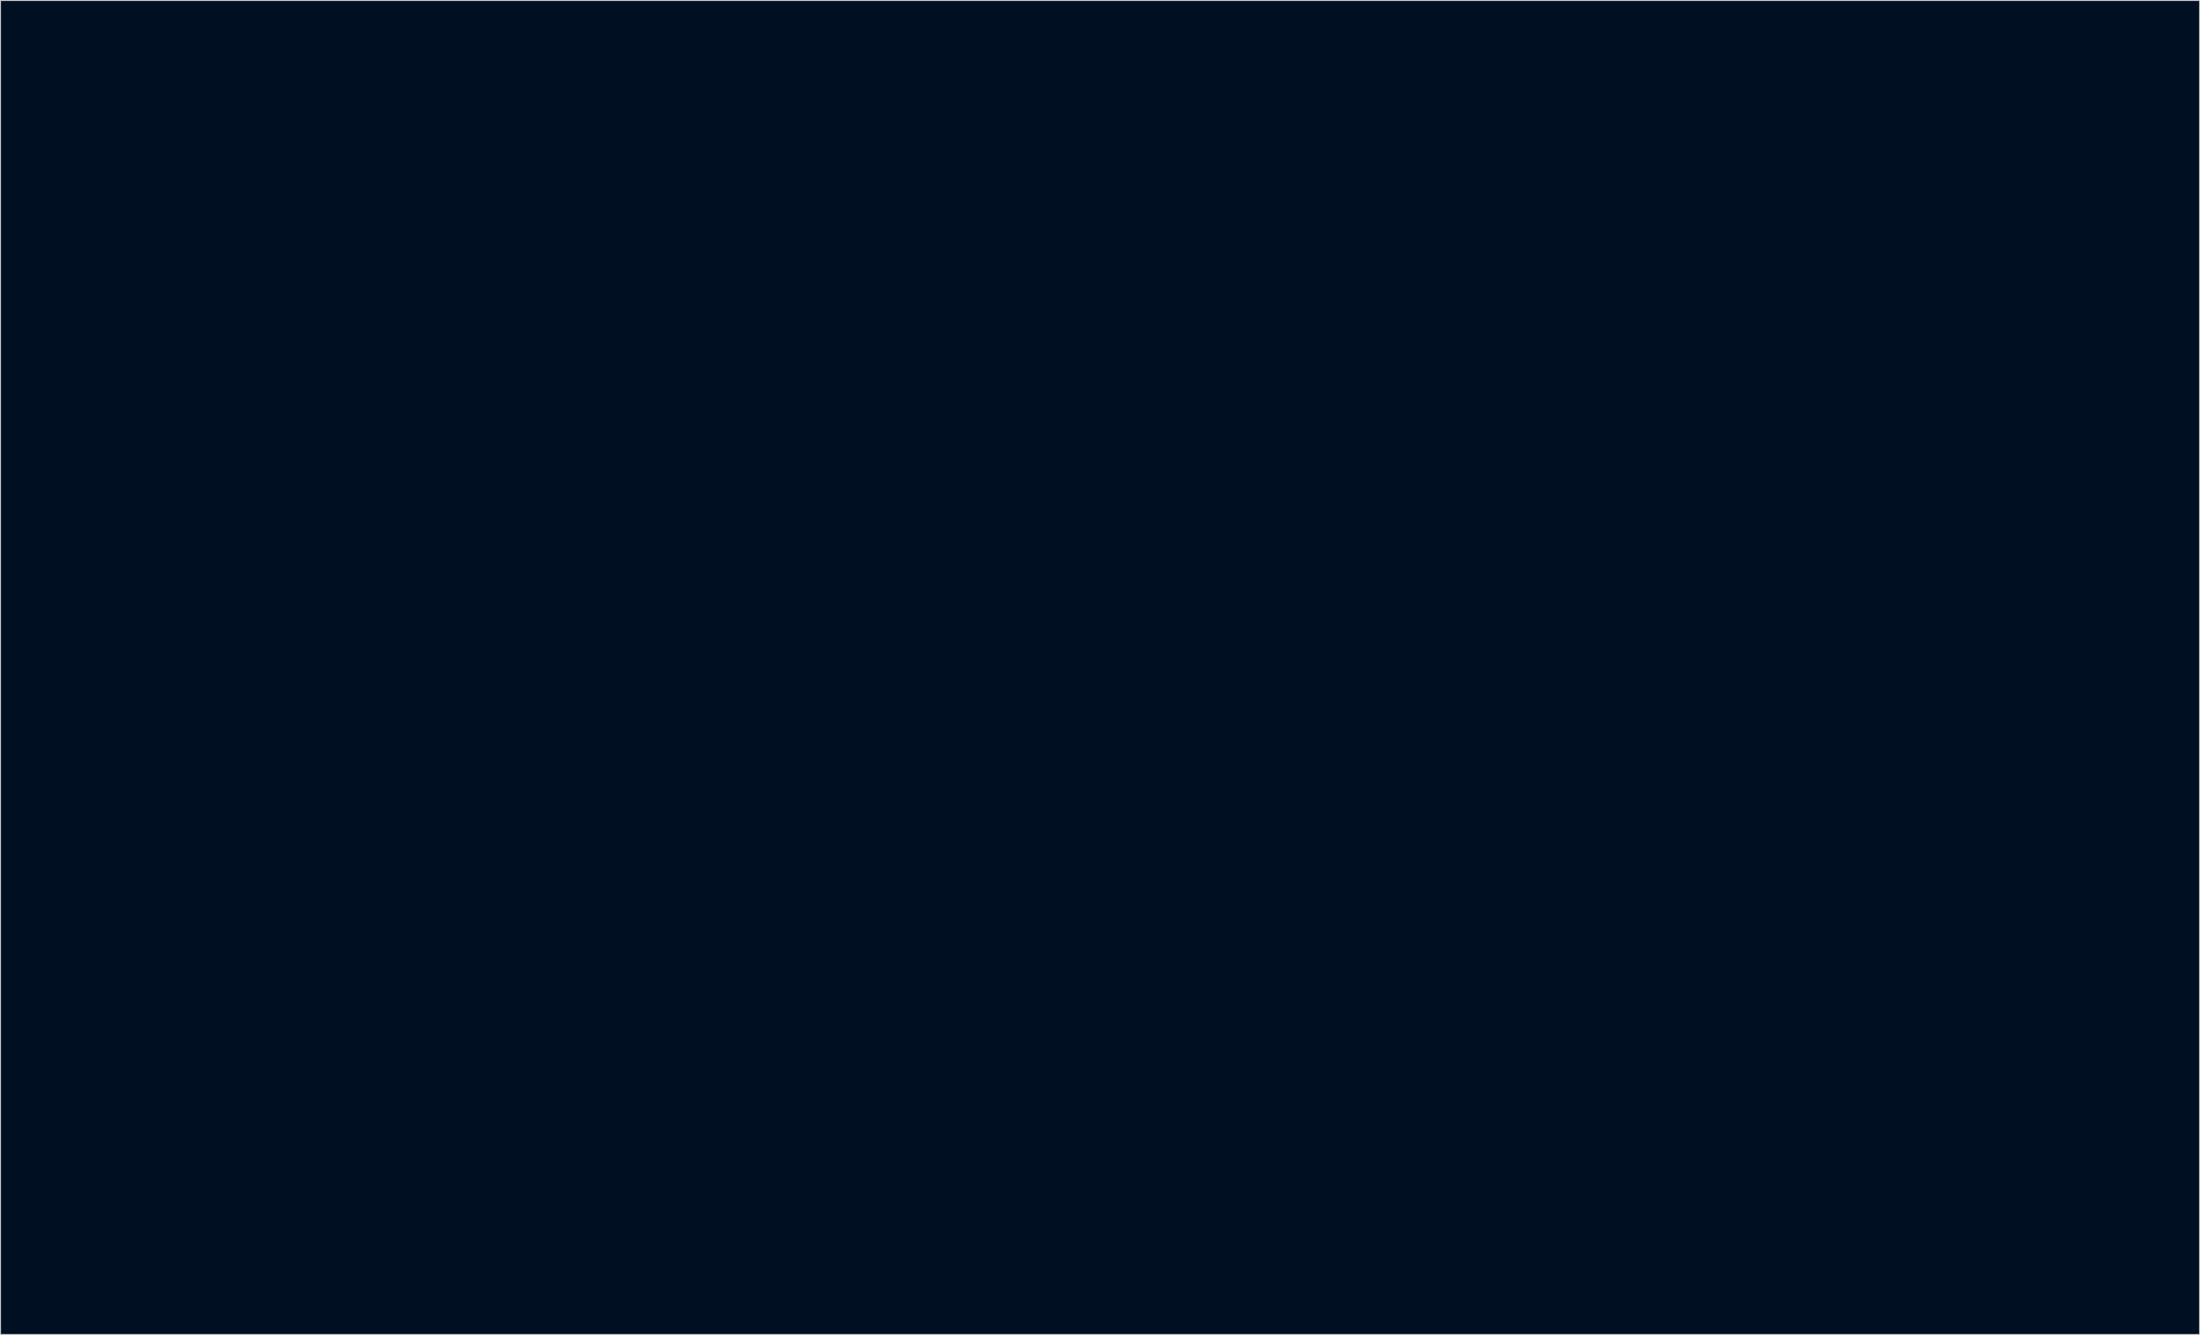
<source format=kicad_pcb>
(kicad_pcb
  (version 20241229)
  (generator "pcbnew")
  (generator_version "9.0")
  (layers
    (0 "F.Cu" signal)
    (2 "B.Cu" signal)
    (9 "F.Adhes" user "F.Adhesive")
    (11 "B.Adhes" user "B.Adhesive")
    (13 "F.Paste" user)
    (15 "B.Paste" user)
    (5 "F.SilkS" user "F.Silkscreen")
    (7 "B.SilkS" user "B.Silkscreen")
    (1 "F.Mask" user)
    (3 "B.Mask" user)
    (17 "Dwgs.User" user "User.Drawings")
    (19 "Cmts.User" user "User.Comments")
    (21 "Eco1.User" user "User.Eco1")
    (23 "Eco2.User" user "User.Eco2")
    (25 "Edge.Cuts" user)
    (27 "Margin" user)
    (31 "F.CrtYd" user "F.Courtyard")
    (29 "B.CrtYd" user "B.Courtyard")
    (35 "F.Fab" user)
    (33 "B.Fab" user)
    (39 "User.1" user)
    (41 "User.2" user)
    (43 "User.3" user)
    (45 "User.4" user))
  (footprint "SDVX-Pico-PCB_Bloc3D"
    (layer "F.Cu")
    (at 110.581 65.928)
    (property "Reference" "SDVX-Pico-PCB_Bloc3D" (at 0 0 0) (layer "Eco1.User") (effects (font (size 1.524 1.524) (thickness 0.3))))
    (attr board_only exclude_from_pos_files exclude_from_bom)
    (fp_poly (pts (xy -12.874 -44.401) (xy -12.874 -37.133) (xy -8.795 -33.055) (xy -4.717 -28.976) (xy -4.717 -16.527) (xy -10.457 -10.786) (xy -49.428 -10.786) (xy -52.472 -13.831) (xy -55.516 -16.875) (xy -55.526 -21.495) (xy -55.527 -22.19) (xy -55.529 -22.811) (xy -55.53 -23.364) (xy -55.532 -23.852) (xy -55.534 -24.28) (xy -55.536 -24.653) (xy -55.538 -24.974) (xy -55.541 -25.249) (xy -55.544 -25.48) (xy -55.548 -25.673) (xy -55.552 -25.833) (xy -55.558 -25.962) (xy -55.564 -26.066) (xy -55.57 -26.149) (xy -55.578 -26.215) (xy -55.587 -26.269) (xy -55.597 -26.314) (xy -55.609 -26.356) (xy -55.617 -26.386) (xy -55.81 -26.909) (xy -56.056 -27.377) (xy -56.355 -27.789) (xy -56.709 -28.146) (xy -57.116 -28.447) (xy -57.577 -28.692) (xy -58.091 -28.882) (xy -58.126 -28.892) (xy -58.195 -28.911) (xy -58.267 -28.926) (xy -58.351 -28.939) (xy -58.452 -28.95) (xy -58.58 -28.959) (xy -58.742 -28.967) (xy -58.945 -28.973) (xy -59.198 -28.979) (xy -59.507 -28.984) (xy -59.881 -28.989) (xy -60.175 -28.993) (xy -61.954 -29.015) (xy -62.147 -29.11) (xy -62.39 -29.27) (xy -62.601 -29.484) (xy -62.747 -29.711) (xy -62.843 -29.904) (xy -62.853 -36.282) (xy -62.863 -42.661) (xy -62.824 -42.661) (xy -62.814 -36.302) (xy -62.804 -29.943) (xy -62.708 -29.749) (xy -62.549 -29.506) (xy -62.335 -29.295) (xy -62.108 -29.149) (xy -61.915 -29.053) (xy -60.137 -29.031) (xy -59.715 -29.026) (xy -59.362 -29.021) (xy -59.072 -29.015) (xy -58.836 -29.01) (xy -58.647 -29.003) (xy -58.497 -28.995) (xy -58.378 -28.986) (xy -58.284 -28.974) (xy -58.205 -28.96) (xy -58.134 -28.944) (xy -58.088 -28.931) (xy -57.571 -28.745) (xy -57.106 -28.501) (xy -56.693 -28.201) (xy -56.332 -27.844) (xy -56.039 -27.453) (xy -55.859 -27.143) (xy -55.709 -26.808) (xy -55.579 -26.425) (xy -55.567 -26.383) (xy -55.556 -26.34) (xy -55.546 -26.293) (xy -55.537 -26.236) (xy -55.53 -26.166) (xy -55.523 -26.077) (xy -55.517 -25.966) (xy -55.512 -25.829) (xy -55.508 -25.661) (xy -55.505 -25.457) (xy -55.501 -25.214) (xy -55.499 -24.927) (xy -55.497 -24.592) (xy -55.495 -24.204) (xy -55.493 -23.76) (xy -55.491 -23.254) (xy -55.49 -22.683) (xy -55.488 -22.042) (xy -55.487 -21.515) (xy -55.477 -16.875) (xy -49.428 -10.825) (xy -47.011 -10.825) (xy -46.973 -10.825) (xy -43.223 -10.825) (xy -43.223 -12.217) (xy -46.973 -12.217) (xy -46.973 -10.825) (xy -47.011 -10.825) (xy -47.011 -12.255) (xy -43.184 -12.255) (xy -43.184 -10.825) (xy -15.348 -10.825) (xy -15.31 -10.825) (xy -11.56 -10.825) (xy -11.56 -12.217) (xy -15.31 -12.217) (xy -15.31 -10.825) (xy -15.348 -10.825) (xy -15.348 -12.255) (xy -11.521 -12.255) (xy -11.521 -10.825) (xy -10.458 -10.825) (xy -7.607 -13.676) (xy -4.755 -16.527) (xy -4.755 -28.976) (xy -8.834 -33.055) (xy -12.913 -37.133) (xy -12.913 -44.401) (xy -15.831 -47.321) (xy -58.165 -47.321) (xy -60.495 -44.991) (xy -62.824 -42.661) (xy -62.863 -42.661) (xy -62.863 -42.661) (xy -60.514 -45.01) (xy -58.165 -47.359) (xy -15.831 -47.359)) (stroke (width 0.1) (type solid)) (fill no) (layer "Eco1.User"))
    (fp_poly (pts (xy 60.514 -45.01) (xy 62.863 -42.661) (xy 62.853 -36.282) (xy 62.843 -29.904) (xy 62.747 -29.711) (xy 62.588 -29.467) (xy 62.374 -29.257) (xy 62.147 -29.11) (xy 61.954 -29.015) (xy 60.175 -28.993) (xy 59.753 -28.987) (xy 59.401 -28.982) (xy 59.111 -28.977) (xy 58.875 -28.971) (xy 58.686 -28.964) (xy 58.536 -28.957) (xy 58.417 -28.947) (xy 58.322 -28.936) (xy 58.243 -28.922) (xy 58.173 -28.905) (xy 58.126 -28.892) (xy 57.61 -28.706) (xy 57.145 -28.462) (xy 56.731 -28.162) (xy 56.371 -27.805) (xy 56.077 -27.415) (xy 55.897 -27.104) (xy 55.748 -26.77) (xy 55.617 -26.386) (xy 55.605 -26.344) (xy 55.594 -26.302) (xy 55.585 -26.254) (xy 55.576 -26.197) (xy 55.568 -26.126) (xy 55.562 -26.038) (xy 55.556 -25.927) (xy 55.551 -25.789) (xy 55.547 -25.62) (xy 55.543 -25.416) (xy 55.54 -25.173) (xy 55.537 -24.885) (xy 55.535 -24.549) (xy 55.533 -24.161) (xy 55.532 -23.715) (xy 55.53 -23.208) (xy 55.529 -22.636) (xy 55.527 -21.994) (xy 55.526 -21.495) (xy 55.516 -16.875) (xy 52.472 -13.831) (xy 49.428 -10.786) (xy 29.923 -10.793) (xy 10.419 -10.799) (xy 7.568 -13.663) (xy 4.717 -16.528) (xy 4.755 -16.528) (xy 10.457 -10.825) (xy 11.521 -10.825) (xy 11.56 -10.825) (xy 15.31 -10.825) (xy 15.31 -12.217) (xy 11.56 -12.217) (xy 11.56 -10.825) (xy 11.521 -10.825) (xy 11.521 -12.255) (xy 15.348 -12.255) (xy 15.348 -10.825) (xy 43.184 -10.825) (xy 43.223 -10.825) (xy 46.973 -10.825) (xy 46.973 -12.217) (xy 43.223 -12.217) (xy 43.223 -10.825) (xy 43.184 -10.825) (xy 43.184 -12.255) (xy 47.011 -12.255) (xy 47.011 -10.825) (xy 49.428 -10.825) (xy 52.452 -13.85) (xy 55.477 -16.875) (xy 55.487 -21.515) (xy 55.489 -22.211) (xy 55.49 -22.833) (xy 55.492 -23.388) (xy 55.493 -23.877) (xy 55.495 -24.307) (xy 55.497 -24.681) (xy 55.499 -25.004) (xy 55.502 -25.279) (xy 55.505 -25.512) (xy 55.509 -25.706) (xy 55.514 -25.866) (xy 55.519 -25.997) (xy 55.525 -26.101) (xy 55.532 -26.185) (xy 55.539 -26.251) (xy 55.548 -26.306) (xy 55.558 -26.351) (xy 55.569 -26.393) (xy 55.579 -26.425) (xy 55.771 -26.948) (xy 56.017 -27.416) (xy 56.317 -27.828) (xy 56.67 -28.184) (xy 57.077 -28.485) (xy 57.538 -28.731) (xy 58.053 -28.92) (xy 58.088 -28.931) (xy 58.156 -28.949) (xy 58.229 -28.965) (xy 58.312 -28.978) (xy 58.414 -28.989) (xy 58.541 -28.998) (xy 58.703 -29.005) (xy 58.907 -29.012) (xy 59.159 -29.017) (xy 59.468 -29.022) (xy 59.842 -29.028) (xy 60.137 -29.031) (xy 61.915 -29.053) (xy 62.108 -29.149) (xy 62.352 -29.309) (xy 62.562 -29.522) (xy 62.708 -29.749) (xy 62.804 -29.943) (xy 62.814 -36.302) (xy 62.824 -42.661) (xy 60.495 -44.991) (xy 58.165 -47.321) (xy 15.832 -47.321) (xy 14.372 -45.861) (xy 12.913 -44.402) (xy 12.913 -37.133) (xy 8.834 -33.055) (xy 4.755 -28.976) (xy 4.755 -16.528) (xy 4.717 -16.528) (xy 4.717 -16.528) (xy 4.717 -28.976) (xy 8.795 -33.055) (xy 12.874 -37.133) (xy 12.874 -44.402) (xy 14.353 -45.881) (xy 15.832 -47.359) (xy 58.165 -47.359)) (stroke (width 0.1) (type solid)) (fill no) (layer "Eco1.User"))
    (fp_poly (pts (xy 105.404 -65.757) (xy 106.091 -65.547) (xy 106.725 -65.285) (xy 107.315 -64.966) (xy 107.87 -64.586) (xy 108.397 -64.139) (xy 108.598 -63.945) (xy 108.999 -63.515) (xy 109.346 -63.078) (xy 109.647 -62.619) (xy 109.91 -62.127) (xy 110.141 -61.588) (xy 110.349 -60.989) (xy 110.394 -60.843) (xy 110.531 -60.389) (xy 110.531 60.389) (xy 110.394 60.843) (xy 110.19 61.457) (xy 109.965 62.009) (xy 109.71 62.511) (xy 109.419 62.976) (xy 109.083 63.417) (xy 108.695 63.847) (xy 108.598 63.945) (xy 108.079 64.419) (xy 107.536 64.825) (xy 106.961 65.168) (xy 106.345 65.451) (xy 105.68 65.68) (xy 105.404 65.757) (xy 104.937 65.878) (xy -104.983 65.872) (xy -105.447 65.747) (xy -106.123 65.535) (xy -106.744 65.276) (xy -107.32 64.964) (xy -107.861 64.594) (xy -108.376 64.159) (xy -108.598 63.945) (xy -108.999 63.515) (xy -109.346 63.078) (xy -109.647 62.619) (xy -109.91 62.127) (xy -110.141 61.588) (xy -110.349 60.989) (xy -110.394 60.843) (xy -110.531 60.389) (xy -110.531 60.098) (xy -110.414 60.098) (xy -110.321 60.506) (xy -110.236 60.854) (xy -110.142 61.165) (xy -110.031 61.466) (xy -109.893 61.783) (xy -109.755 62.07) (xy -109.528 62.495) (xy -109.292 62.873) (xy -109.03 63.225) (xy -108.727 63.575) (xy -108.482 63.829) (xy -108.122 64.171) (xy -107.774 64.46) (xy -107.416 64.712) (xy -107.026 64.943) (xy -106.723 65.102) (xy -106.368 65.271) (xy -106.049 65.405) (xy -105.74 65.515) (xy -105.415 65.608) (xy -105.176 65.667) (xy -104.789 65.756) (xy -0.019 65.759) (xy 104.751 65.761) (xy 105.159 65.668) (xy 105.507 65.583) (xy 105.818 65.489) (xy 106.119 65.378) (xy 106.436 65.24) (xy 106.723 65.102) (xy 107.148 64.875) (xy 107.526 64.639) (xy 107.878 64.377) (xy 108.227 64.074) (xy 108.482 63.829) (xy 108.824 63.469) (xy 109.113 63.121) (xy 109.365 62.763) (xy 109.596 62.374) (xy 109.755 62.07) (xy 109.921 61.721) (xy 110.054 61.409) (xy 110.161 61.108) (xy 110.252 60.791) (xy 110.321 60.506) (xy 110.414 60.098) (xy 110.414 -60.098) (xy 110.321 -60.506) (xy 110.236 -60.854) (xy 110.142 -61.165) (xy 110.031 -61.466) (xy 109.893 -61.783) (xy 109.755 -62.07) (xy 109.528 -62.495) (xy 109.292 -62.873) (xy 109.03 -63.225) (xy 108.727 -63.575) (xy 108.482 -63.829) (xy 108.122 -64.171) (xy 107.774 -64.46) (xy 107.416 -64.712) (xy 107.026 -64.943) (xy 106.723 -65.102) (xy 106.374 -65.268) (xy 106.062 -65.401) (xy 105.761 -65.508) (xy 105.444 -65.599) (xy 105.159 -65.668) (xy 104.751 -65.761) (xy -104.751 -65.761) (xy -105.159 -65.668) (xy -105.507 -65.583) (xy -105.818 -65.489) (xy -106.119 -65.378) (xy -106.436 -65.24) (xy -106.723 -65.102) (xy -107.148 -64.875) (xy -107.526 -64.639) (xy -107.878 -64.377) (xy -108.227 -64.074) (xy -108.482 -63.829) (xy -108.824 -63.469) (xy -109.113 -63.121) (xy -109.365 -62.763) (xy -109.596 -62.374) (xy -109.755 -62.07) (xy -109.921 -61.721) (xy -110.054 -61.409) (xy -110.161 -61.108) (xy -110.252 -60.791) (xy -110.321 -60.506) (xy -110.414 -60.098) (xy -110.414 60.098) (xy -110.531 60.098) (xy -110.531 -60.389) (xy -110.394 -60.843) (xy -110.19 -61.457) (xy -109.965 -62.009) (xy -109.71 -62.511) (xy -109.419 -62.976) (xy -109.083 -63.417) (xy -108.695 -63.847) (xy -108.598 -63.945) (xy -108.079 -64.419) (xy -107.536 -64.825) (xy -106.961 -65.168) (xy -106.345 -65.451) (xy -105.68 -65.68) (xy -105.404 -65.757) (xy -104.937 -65.878) (xy 104.937 -65.878)) (stroke (width 0.1) (type solid)) (fill no) (layer "Eco1.User"))
    (fp_poly (pts (xy -71.319 -12.806) (xy -68.778 -10.264) (xy -68.767 15) (xy -68.756 40.265) (xy -68.674 40.594) (xy -68.487 41.19) (xy -68.237 41.744) (xy -67.928 42.252) (xy -67.562 42.711) (xy -67.141 43.118) (xy -66.669 43.47) (xy -66.148 43.764) (xy -65.734 43.942) (xy -65.376 44.059) (xy -65.002 44.141) (xy -64.591 44.194) (xy -64.244 44.216) (xy -63.674 44.239) (xy -63.674 44.228) (xy -63.635 44.228) (xy -59.847 44.228) (xy -59.847 43.686) (xy -63.635 43.686) (xy -63.635 44.228) (xy -63.674 44.228) (xy -63.674 43.648) (xy -59.808 43.648) (xy -59.808 44.228) (xy -58.732 44.228) (xy -58.414 44.228) (xy -58.162 44.229) (xy -57.966 44.232) (xy -57.815 44.238) (xy -57.698 44.247) (xy -57.605 44.259) (xy -57.524 44.277) (xy -57.446 44.3) (xy -57.382 44.321) (xy -57.001 44.484) (xy -56.676 44.697) (xy -56.403 44.964) (xy -56.176 45.29) (xy -56.025 45.593) (xy -55.924 45.832) (xy -55.911 48.848) (xy -55.909 49.469) (xy -55.908 50.017) (xy -55.908 50.493) (xy -55.909 50.902) (xy -55.912 51.245) (xy -55.916 51.527) (xy -55.921 51.751) (xy -55.928 51.919) (xy -55.935 52.034) (xy -55.943 52.094) (xy -56.045 52.424) (xy -56.212 52.73) (xy -56.435 53.001) (xy -56.703 53.228) (xy -57.006 53.398) (xy -57.326 53.502) (xy -57.373 53.507) (xy -57.469 53.511) (xy -57.617 53.515) (xy -57.818 53.518) (xy -58.073 53.522) (xy -58.383 53.525) (xy -58.751 53.528) (xy -59.178 53.531) (xy -59.664 53.533) (xy -60.212 53.535) (xy -60.823 53.537) (xy -61.498 53.539) (xy -62.239 53.54) (xy -63.048 53.542) (xy -63.925 53.543) (xy -64.872 53.543) (xy -65.891 53.544) (xy -66.983 53.545) (xy -68.15 53.545) (xy -69.291 53.545) (xy -81.052 53.545) (xy -88.079 46.518) (xy -95.105 39.492) (xy -95.066 39.492) (xy -81.052 53.506) (xy -69.311 53.506) (xy -68.075 53.506) (xy -66.916 53.506) (xy -65.83 53.505) (xy -64.818 53.505) (xy -63.877 53.504) (xy -63.007 53.503) (xy -62.205 53.501) (xy -61.47 53.5) (xy -60.801 53.498) (xy -60.196 53.496) (xy -59.654 53.494) (xy -59.173 53.492) (xy -58.752 53.489) (xy -58.39 53.486) (xy -58.085 53.483) (xy -57.835 53.479) (xy -57.639 53.476) (xy -57.496 53.472) (xy -57.405 53.467) (xy -57.365 53.463) (xy -57.037 53.357) (xy -56.735 53.184) (xy -56.468 52.957) (xy -56.246 52.685) (xy -56.08 52.378) (xy -55.982 52.055) (xy -55.973 51.98) (xy -55.965 51.856) (xy -55.959 51.679) (xy -55.954 51.445) (xy -55.95 51.153) (xy -55.948 50.798) (xy -55.947 50.377) (xy -55.947 49.888) (xy -55.948 49.328) (xy -55.95 48.848) (xy -55.962 45.871) (xy -56.064 45.632) (xy -56.258 45.256) (xy -56.494 44.942) (xy -56.778 44.687) (xy -57.114 44.485) (xy -57.42 44.36) (xy -57.505 44.332) (xy -57.584 44.31) (xy -57.668 44.294) (xy -57.767 44.282) (xy -57.893 44.274) (xy -58.056 44.27) (xy -58.268 44.267) (xy -58.539 44.266) (xy -58.752 44.266) (xy -59.808 44.266) (xy -59.808 45.078) (xy -63.674 45.078) (xy -63.674 45.04) (xy -63.635 45.04) (xy -59.847 45.04) (xy -59.847 44.266) (xy -63.635 44.266) (xy -63.635 45.04) (xy -63.674 45.04) (xy -63.674 44.277) (xy -64.264 44.254) (xy -64.729 44.222) (xy -65.142 44.161) (xy -65.526 44.065) (xy -65.902 43.929) (xy -66.294 43.747) (xy -66.349 43.719) (xy -66.826 43.429) (xy -67.266 43.077) (xy -67.663 42.673) (xy -68.009 42.225) (xy -68.299 41.741) (xy -68.528 41.23) (xy -68.689 40.699) (xy -68.745 40.41) (xy -68.794 40.091) (xy -70.401 40.091) (xy -70.401 40.052) (xy -70.362 40.052) (xy -68.816 40.052) (xy -68.816 36.186) (xy -70.362 36.186) (xy -70.362 40.052) (xy -70.401 40.052) (xy -70.401 36.148) (xy -68.816 36.148) (xy -68.816 23.544) (xy -70.44 23.544) (xy -70.44 23.506) (xy -70.401 23.506) (xy -68.854 23.506) (xy -68.854 19.64) (xy -70.401 19.64) (xy -70.401 23.506) (xy -70.44 23.506) (xy -70.44 19.601) (xy -68.816 19.601) (xy -68.816 6.959) (xy -70.401 6.959) (xy -70.401 6.92) (xy -70.362 6.92) (xy -68.816 6.92) (xy -68.816 3.054) (xy -70.362 3.054) (xy -70.362 6.92) (xy -70.401 6.92) (xy -70.401 3.016) (xy -68.816 3.016) (xy -68.816 -10.264) (xy -71.338 -12.787) (xy -73.861 -15.31) (xy -90.33 -15.31) (xy -92.698 -12.942) (xy -95.066 -10.574) (xy -95.066 39.492) (xy -95.105 39.492) (xy -95.105 -10.574) (xy -90.33 -15.348) (xy -73.861 -15.348)) (stroke (width 0.1) (type solid)) (fill no) (layer "Eco1.User"))
    (fp_poly (pts (xy 95.105 -10.573) (xy 95.105 39.492) (xy 81.052 53.545) (xy 69.26 53.542) (xy 68.072 53.541) (xy 66.959 53.541) (xy 65.919 53.54) (xy 64.95 53.539) (xy 64.051 53.538) (xy 63.218 53.537) (xy 62.449 53.536) (xy 61.744 53.535) (xy 61.099 53.533) (xy 60.513 53.531) (xy 59.983 53.529) (xy 59.508 53.527) (xy 59.084 53.525) (xy 58.711 53.522) (xy 58.387 53.52) (xy 58.108 53.517) (xy 57.873 53.513) (xy 57.68 53.51) (xy 57.526 53.506) (xy 57.411 53.502) (xy 57.331 53.497) (xy 57.284 53.493) (xy 57.276 53.491) (xy 56.948 53.373) (xy 56.649 53.19) (xy 56.387 52.953) (xy 56.174 52.673) (xy 56.018 52.359) (xy 55.943 52.094) (xy 55.934 52.019) (xy 55.926 51.896) (xy 55.92 51.719) (xy 55.915 51.486) (xy 55.911 51.195) (xy 55.909 50.841) (xy 55.908 50.422) (xy 55.908 50.009) (xy 55.947 50.009) (xy 55.947 50.482) (xy 55.948 50.887) (xy 55.951 51.227) (xy 55.955 51.505) (xy 55.96 51.725) (xy 55.967 51.89) (xy 55.975 52.002) (xy 55.982 52.055) (xy 56.084 52.387) (xy 56.252 52.695) (xy 56.477 52.968) (xy 56.747 53.194) (xy 57.053 53.364) (xy 57.314 53.453) (xy 57.35 53.457) (xy 57.419 53.462) (xy 57.522 53.466) (xy 57.663 53.47) (xy 57.842 53.473) (xy 58.063 53.477) (xy 58.327 53.48) (xy 58.636 53.483) (xy 58.993 53.486) (xy 59.4 53.488) (xy 59.857 53.49) (xy 60.369 53.492) (xy 60.936 53.494) (xy 61.561 53.496) (xy 62.247 53.497) (xy 62.994 53.498) (xy 63.805 53.499) (xy 64.683 53.5) (xy 65.629 53.501) (xy 66.645 53.502) (xy 67.734 53.502) (xy 68.897 53.503) (xy 69.28 53.503) (xy 81.052 53.506) (xy 88.059 46.499) (xy 95.066 39.492) (xy 95.066 -10.574) (xy 92.698 -12.942) (xy 90.33 -15.31) (xy 73.861 -15.31) (xy 71.339 -12.787) (xy 68.816 -10.265) (xy 68.816 3.016) (xy 70.401 3.016) (xy 70.401 6.959) (xy 68.816 6.959) (xy 68.816 19.601) (xy 70.44 19.601) (xy 70.44 23.544) (xy 68.816 23.544) (xy 68.816 36.148) (xy 70.401 36.148) (xy 70.401 40.091) (xy 68.794 40.091) (xy 68.745 40.41) (xy 68.623 40.948) (xy 68.429 41.471) (xy 68.171 41.971) (xy 67.854 42.439) (xy 67.484 42.867) (xy 67.067 43.248) (xy 66.608 43.572) (xy 66.349 43.719) (xy 65.954 43.908) (xy 65.576 44.05) (xy 65.195 44.15) (xy 64.787 44.216) (xy 64.33 44.251) (xy 64.264 44.254) (xy 63.674 44.277) (xy 63.674 45.078) (xy 59.808 45.078) (xy 59.808 45.04) (xy 59.847 45.04) (xy 63.635 45.04) (xy 63.635 44.266) (xy 59.847 44.266) (xy 59.847 45.04) (xy 59.808 45.04) (xy 59.808 44.266) (xy 58.752 44.266) (xy 58.436 44.267) (xy 58.187 44.268) (xy 57.994 44.271) (xy 57.845 44.277) (xy 57.73 44.286) (xy 57.637 44.299) (xy 57.556 44.317) (xy 57.477 44.341) (xy 57.42 44.36) (xy 57.039 44.523) (xy 56.714 44.735) (xy 56.441 45.002) (xy 56.214 45.329) (xy 56.064 45.632) (xy 55.962 45.871) (xy 55.95 48.848) (xy 55.948 49.465) (xy 55.947 50.009) (xy 55.908 50.009) (xy 55.908 49.934) (xy 55.909 49.375) (xy 55.911 48.848) (xy 55.924 45.832) (xy 56.025 45.593) (xy 56.219 45.217) (xy 56.455 44.904) (xy 56.739 44.648) (xy 57.075 44.446) (xy 57.382 44.321) (xy 57.466 44.294) (xy 57.544 44.272) (xy 57.627 44.256) (xy 57.725 44.244) (xy 57.849 44.236) (xy 58.011 44.231) (xy 58.22 44.229) (xy 58.488 44.228) (xy 58.732 44.228) (xy 59.808 44.228) (xy 59.847 44.228) (xy 63.635 44.228) (xy 63.635 43.686) (xy 59.847 43.686) (xy 59.847 44.228) (xy 59.808 44.228) (xy 59.808 43.648) (xy 63.674 43.648) (xy 63.674 44.239) (xy 64.244 44.216) (xy 64.697 44.183) (xy 65.097 44.124) (xy 65.466 44.033) (xy 65.734 43.942) (xy 66.289 43.693) (xy 66.798 43.384) (xy 67.256 43.017) (xy 67.663 42.595) (xy 68.014 42.123) (xy 68.308 41.603) (xy 68.542 41.038) (xy 68.674 40.594) (xy 68.756 40.265) (xy 68.756 40.052) (xy 68.816 40.052) (xy 70.362 40.052) (xy 70.362 36.186) (xy 68.816 36.186) (xy 68.816 40.052) (xy 68.756 40.052) (xy 68.763 23.506) (xy 68.854 23.506) (xy 70.401 23.506) (xy 70.401 19.64) (xy 68.854 19.64) (xy 68.854 23.506) (xy 68.763 23.506) (xy 68.767 15) (xy 68.77 6.92) (xy 68.816 6.92) (xy 70.362 6.92) (xy 70.362 3.054) (xy 68.816 3.054) (xy 68.816 6.92) (xy 68.77 6.92) (xy 68.778 -10.264) (xy 71.319 -12.806) (xy 73.861 -15.348) (xy 90.331 -15.348)) (stroke (width 0.1) (type solid)) (fill no) (layer "Eco1.User"))
    (fp_poly (pts (xy 17.562 21.022) (xy 21.766 25.226) (xy 21.765 27.198) (xy 21.765 27.64) (xy 21.764 28.011) (xy 21.763 28.319) (xy 21.761 28.569) (xy 21.758 28.77) (xy 21.753 28.928) (xy 21.747 29.049) (xy 21.739 29.14) (xy 21.729 29.209) (xy 21.716 29.262) (xy 21.701 29.306) (xy 21.685 29.343) (xy 21.58 29.532) (xy 21.451 29.669) (xy 21.274 29.778) (xy 21.244 29.793) (xy 21.051 29.884) (xy 17.455 29.885) (xy 16.821 29.885) (xy 16.259 29.885) (xy 15.764 29.886) (xy 15.332 29.888) (xy 14.956 29.89) (xy 14.633 29.894) (xy 14.357 29.9) (xy 14.123 29.907) (xy 13.926 29.917) (xy 13.761 29.93) (xy 13.623 29.945) (xy 13.507 29.964) (xy 13.408 29.986) (xy 13.32 30.012) (xy 13.24 30.043) (xy 13.161 30.078) (xy 13.079 30.117) (xy 12.992 30.16) (xy 12.649 30.371) (xy 12.346 30.642) (xy 12.09 30.962) (xy 11.89 31.321) (xy 11.755 31.707) (xy 11.733 31.798) (xy 11.726 31.843) (xy 11.719 31.904) (xy 11.713 31.985) (xy 11.707 32.088) (xy 11.702 32.219) (xy 11.698 32.38) (xy 11.694 32.575) (xy 11.69 32.807) (xy 11.687 33.08) (xy 11.685 33.397) (xy 11.683 33.762) (xy 11.681 34.179) (xy 11.679 34.65) (xy 11.678 35.18) (xy 11.677 35.772) (xy 11.677 36.429) (xy 11.676 37.155) (xy 11.676 37.954) (xy 11.676 38.274) (xy 11.675 44.479) (xy 8.64 47.514) (xy -8.641 47.514) (xy -10.158 45.996) (xy -11.675 44.479) (xy -11.676 38.274) (xy -11.676 37.447) (xy -11.677 36.694) (xy -11.677 36.011) (xy -11.678 35.395) (xy -11.679 34.842) (xy -11.68 34.349) (xy -11.682 33.913) (xy -11.684 33.529) (xy -11.686 33.194) (xy -11.689 32.905) (xy -11.692 32.657) (xy -11.696 32.449) (xy -11.7 32.276) (xy -11.705 32.134) (xy -11.711 32.021) (xy -11.717 31.932) (xy -11.723 31.864) (xy -11.731 31.813) (xy -11.733 31.798) (xy -11.853 31.407) (xy -12.039 31.041) (xy -12.283 30.712) (xy -12.576 30.428) (xy -12.911 30.203) (xy -12.992 30.16) (xy -13.082 30.116) (xy -13.164 30.076) (xy -13.243 30.042) (xy -13.323 30.011) (xy -13.411 29.985) (xy -13.511 29.963) (xy -13.628 29.945) (xy -13.767 29.929) (xy -13.933 29.917) (xy -14.131 29.907) (xy -14.366 29.9) (xy -14.644 29.894) (xy -14.969 29.89) (xy -15.347 29.888) (xy -15.781 29.886) (xy -16.278 29.885) (xy -16.843 29.885) (xy -17.455 29.885) (xy -21.051 29.884) (xy -21.244 29.793) (xy -21.43 29.685) (xy -21.564 29.554) (xy -21.671 29.374) (xy -21.685 29.343) (xy -21.703 29.302) (xy -21.718 29.257) (xy -21.73 29.203) (xy -21.74 29.132) (xy -21.748 29.038) (xy -21.754 28.913) (xy -21.758 28.752) (xy -21.761 28.546) (xy -21.763 28.29) (xy -21.764 27.976) (xy -21.765 27.598) (xy -21.765 27.198) (xy -21.766 25.226) (xy -21.727 25.226) (xy -21.726 27.178) (xy -21.726 27.618) (xy -21.725 27.987) (xy -21.724 28.292) (xy -21.722 28.541) (xy -21.719 28.74) (xy -21.714 28.896) (xy -21.708 29.015) (xy -21.7 29.106) (xy -21.69 29.174) (xy -21.677 29.226) (xy -21.662 29.27) (xy -21.647 29.305) (xy -21.542 29.494) (xy -21.413 29.63) (xy -21.235 29.74) (xy -21.205 29.754) (xy -21.012 29.845) (xy -17.417 29.846) (xy -16.782 29.846) (xy -16.22 29.847) (xy -15.726 29.847) (xy -15.293 29.849) (xy -14.918 29.852) (xy -14.594 29.855) (xy -14.318 29.861) (xy -14.084 29.869) (xy -13.887 29.879) (xy -13.722 29.891) (xy -13.584 29.907) (xy -13.468 29.925) (xy -13.369 29.948) (xy -13.282 29.974) (xy -13.201 30.004) (xy -13.122 30.039) (xy -13.04 30.078) (xy -12.954 30.121) (xy -12.611 30.332) (xy -12.307 30.604) (xy -12.051 30.924) (xy -11.851 31.282) (xy -11.716 31.668) (xy -11.695 31.76) (xy -11.687 31.804) (xy -11.68 31.865) (xy -11.674 31.946) (xy -11.669 32.049) (xy -11.664 32.18) (xy -11.659 32.341) (xy -11.655 32.535) (xy -11.652 32.767) (xy -11.649 33.04) (xy -11.646 33.357) (xy -11.644 33.722) (xy -11.642 34.138) (xy -11.641 34.608) (xy -11.64 35.138) (xy -11.639 35.729) (xy -11.638 36.385) (xy -11.638 37.111) (xy -11.638 37.908) (xy -11.638 38.254) (xy -11.637 44.479) (xy -10.139 45.977) (xy -8.641 47.475) (xy 8.641 47.475) (xy 10.139 45.977) (xy 11.637 44.479) (xy 11.638 38.254) (xy 11.638 37.422) (xy 11.638 36.664) (xy 11.638 35.976) (xy 11.638 35.353) (xy 11.639 34.794) (xy 11.64 34.293) (xy 11.642 33.848) (xy 11.644 33.454) (xy 11.648 33.108) (xy 11.653 32.806) (xy 11.659 32.545) (xy 11.666 32.32) (xy 11.675 32.129) (xy 11.686 31.967) (xy 11.698 31.831) (xy 11.713 31.717) (xy 11.729 31.621) (xy 11.748 31.54) (xy 11.769 31.47) (xy 11.792 31.408) (xy 11.819 31.349) (xy 11.848 31.29) (xy 11.88 31.228) (xy 11.912 31.163) (xy 12.123 30.82) (xy 12.394 30.516) (xy 12.715 30.26) (xy 13.073 30.06) (xy 13.459 29.925) (xy 13.551 29.904) (xy 13.608 29.894) (xy 13.684 29.885) (xy 13.782 29.878) (xy 13.907 29.871) (xy 14.065 29.866) (xy 14.26 29.861) (xy 14.497 29.857) (xy 14.779 29.854) (xy 15.113 29.851) (xy 15.503 29.849) (xy 15.953 29.848) (xy 16.468 29.847) (xy 17.054 29.846) (xy 17.417 29.846) (xy 21.012 29.845) (xy 21.205 29.754) (xy 21.391 29.647) (xy 21.526 29.515) (xy 21.633 29.335) (xy 21.647 29.305) (xy 21.664 29.263) (xy 21.679 29.218) (xy 21.692 29.164) (xy 21.701 29.093) (xy 21.709 28.998) (xy 21.715 28.872) (xy 21.72 28.71) (xy 21.723 28.503) (xy 21.724 28.246) (xy 21.726 27.93) (xy 21.726 27.55) (xy 21.726 27.178) (xy 21.727 25.226) (xy 17.542 21.041) (xy 13.357 16.856) (xy 1.74 16.856) (xy 1.74 18.325) (xy -1.74 18.325) (xy -1.74 18.286) (xy -1.701 18.286) (xy 1.701 18.286) (xy 1.701 16.895) (xy -1.701 16.895) (xy -1.701 18.286) (xy -1.74 18.286) (xy -1.74 16.856) (xy -13.357 16.856) (xy -21.727 25.226) (xy -21.766 25.226) (xy -17.562 21.022) (xy -13.357 16.817) (xy 13.357 16.817)) (stroke (width 0.1) (type solid)) (fill no) (layer "Eco1.User")))
  (gr_rect
    (start -3 -3)
    (end 224.161 134.855)
    (stroke (width 0.1) (type default))
    (fill no)
    (layer "Edge.Cuts")))
</source>
